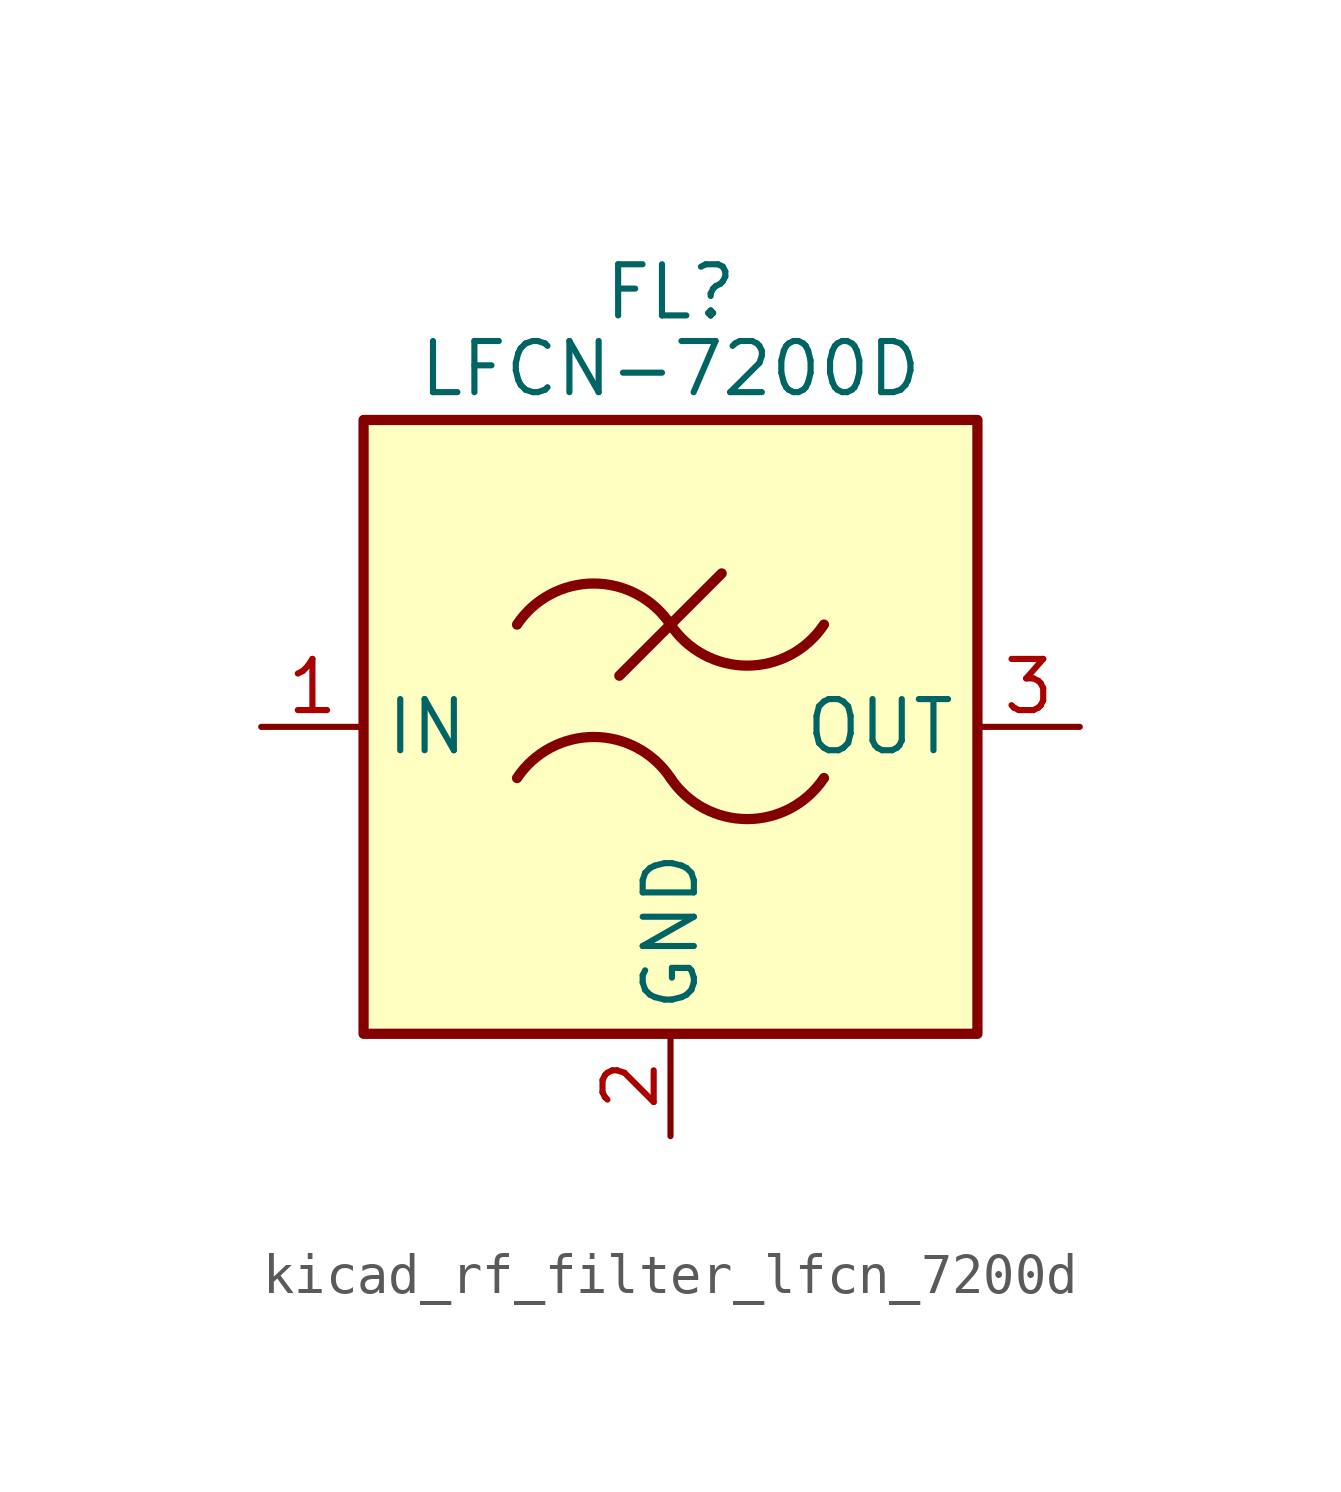
<source format=kicad_sym>
(kicad_symbol_lib
  (version 20220914)
  (generator kicad_symbol_editor)
  (symbol "kicad_rf_filter_lfcn_7200d"
    (property "Reference" "FL"
      (at 0 10.795 0)
      (effects (font (size 1.27 1.27))))
    (property "Value" "LFCN-7200D"
      (at 0 8.89 0)
      (effects (font (size 1.27 1.27))))
    (symbol "kicad_rf_filter_lfcn_7200d_0_1"
      (rectangle (start -7.62 7.62) (end 7.62 -7.62) (stroke (width 0.254) (type default)) (fill (type background)))
      (arc (start 0 -1.27) (mid -1.905 -0.2505) (end -3.81 -1.27) (stroke (width 0.254) (type default)) (fill (type none)))
      (arc (start 0 -1.27) (mid 1.905 -2.2895) (end 3.81 -1.27) (stroke (width 0.254) (type default)) (fill (type none)))
      (polyline (pts (xy -1.27 1.27) (xy 1.27 3.81)) (stroke (width 0.254) (type default)) (fill (type none)))
      (arc (start 0 2.54) (mid -1.905 3.5595) (end -3.81 2.54) (stroke (width 0.254) (type default)) (fill (type none)))
      (arc (start 0 2.54) (mid 1.905 1.5205) (end 3.81 2.54) (stroke (width 0.254) (type default)) (fill (type none))))
    (symbol "kicad_rf_filter_lfcn_7200d_1_1"
      (pin passive line (at -10.16 0 0) (length 2.54) (name "IN" (effects (font (size 1.27 1.27)))) (number "1" (effects (font (size 1.27 1.27)))))
      (pin passive line (at 0 -10.16 90) (length 2.54) (name "GND" (effects (font (size 1.27 1.27)))) (number "2" (effects (font (size 1.27 1.27)))))
      (pin passive line (at 10.16 0 180) (length 2.54) (name "OUT" (effects (font (size 1.27 1.27)))) (number "3" (effects (font (size 1.27 1.27)))))
      (pin passive line (at 0 -10.16 90) (length 2.54) hide (name "GND" (effects (font (size 1.27 1.27)))) (number "4" (effects (font (size 1.27 1.27))))))))
</source>
